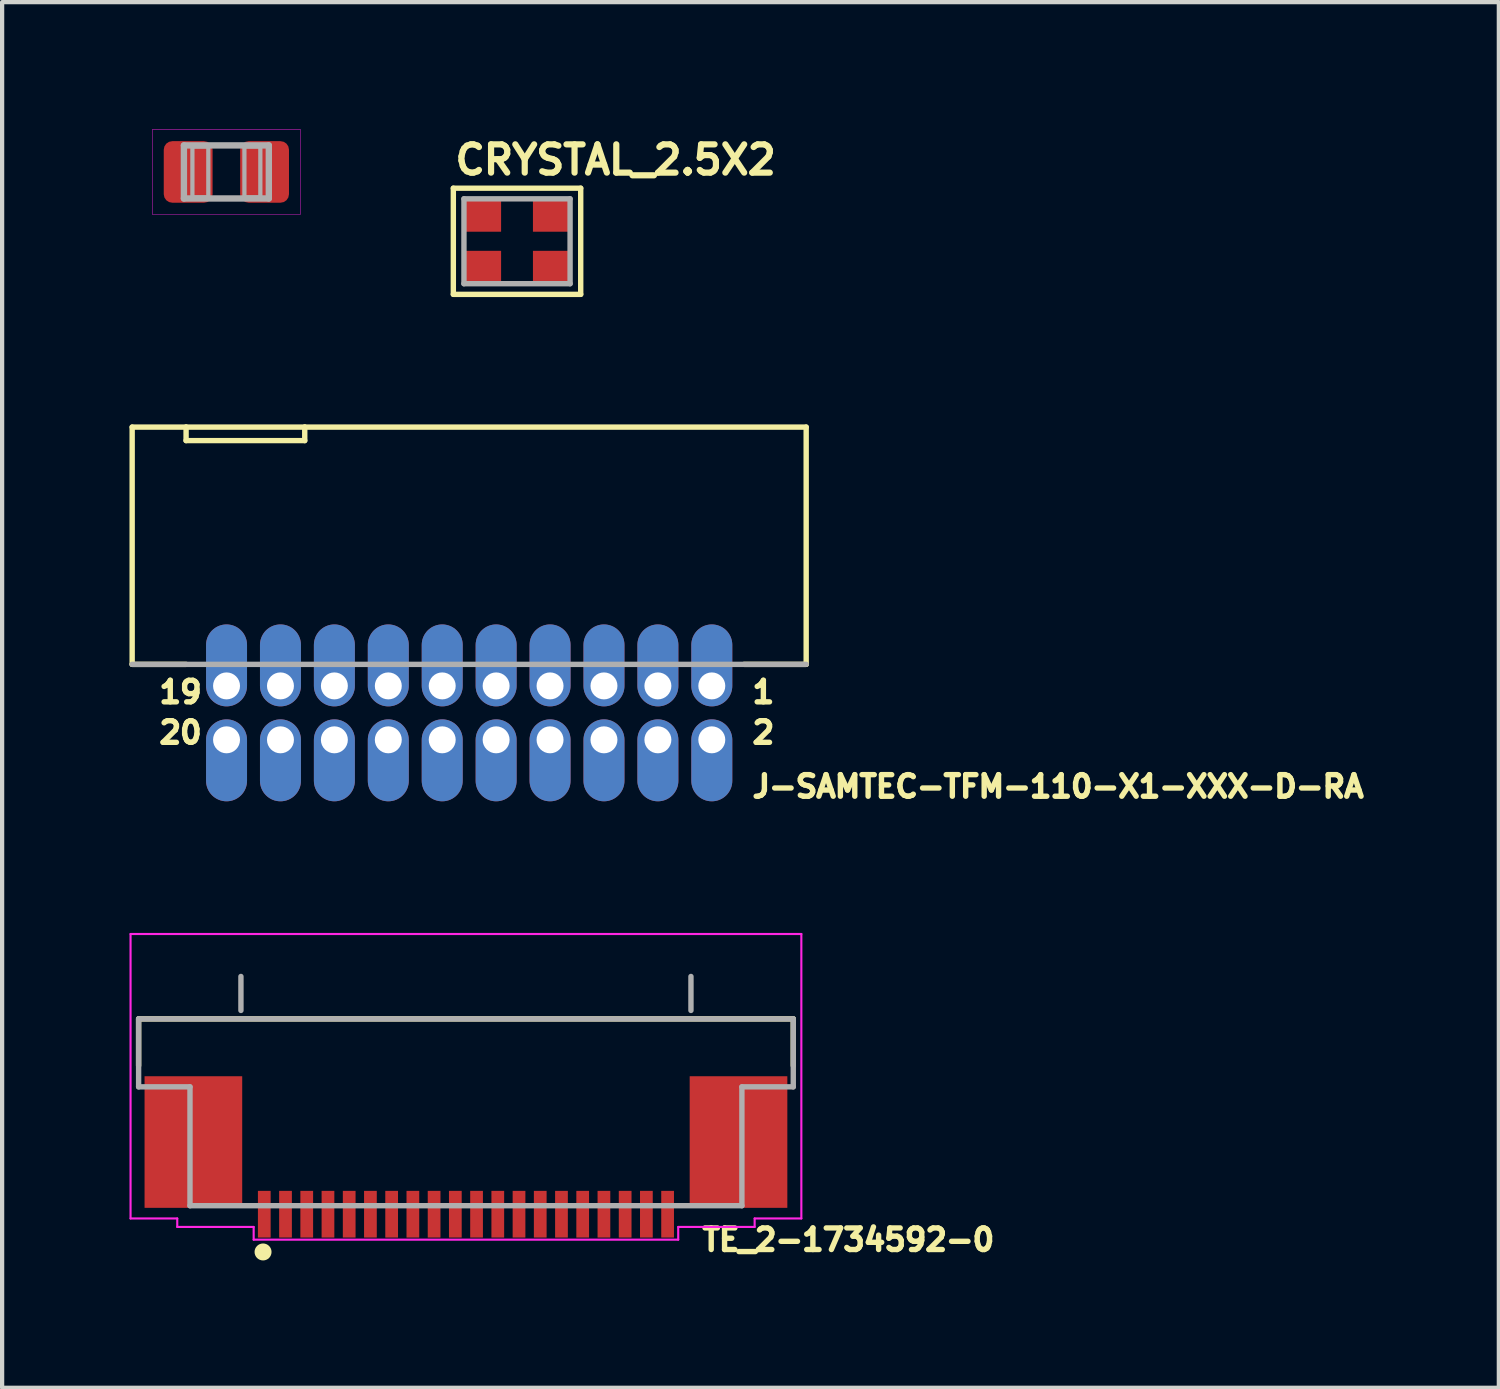
<source format=kicad_pcb>
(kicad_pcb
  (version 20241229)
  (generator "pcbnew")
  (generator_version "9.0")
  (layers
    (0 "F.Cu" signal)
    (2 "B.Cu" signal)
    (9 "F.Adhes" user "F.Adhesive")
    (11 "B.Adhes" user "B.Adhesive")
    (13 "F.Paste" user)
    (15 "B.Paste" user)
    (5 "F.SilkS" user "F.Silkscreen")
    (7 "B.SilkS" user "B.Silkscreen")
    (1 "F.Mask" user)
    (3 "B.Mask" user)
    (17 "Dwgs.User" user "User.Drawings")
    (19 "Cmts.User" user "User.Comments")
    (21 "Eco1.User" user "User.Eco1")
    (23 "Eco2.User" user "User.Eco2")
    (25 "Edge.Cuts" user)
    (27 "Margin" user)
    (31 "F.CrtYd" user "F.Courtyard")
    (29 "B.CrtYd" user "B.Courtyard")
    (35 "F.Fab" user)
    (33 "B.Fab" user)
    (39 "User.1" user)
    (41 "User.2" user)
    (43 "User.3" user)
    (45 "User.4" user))
  (footprint "TE_2-1734592-0"
    (layer "F.Cu")
    (at 7.925 23.85)
    (property "Reference" "TE_2-1734592-0" (at 5.5 2.6 0) (layer "F.SilkS") (effects (font (size 0.508 0.508) (thickness 0.127)) (justify left bottom)))
    (fp_line (start -7.71 -2.9) (end -7.71 -1.8) (stroke (width 0.127) (type solid)) (layer "F.SilkS"))
    (fp_line (start 7.71 -2.9) (end -7.71 -2.9) (stroke (width 0.127) (type solid)) (layer "F.SilkS"))
    (fp_line (start 7.71 -1.8) (end 7.71 -2.9) (stroke (width 0.127) (type solid)) (layer "F.SilkS"))
    (fp_circle (center -4.779 2.589) (end -4.679 2.589) (stroke (width 0.2) (type solid)) (fill no) (layer "F.SilkS"))
    (fp_poly (pts (xy -7.2 1.1) (xy -5.6 1.1) (xy -5.6 -1.1) (xy -7.2 -1.1)) (stroke (width 0) (type solid)) (fill yes) (layer "F.Paste"))
    (fp_poly (pts (xy 5.7 1.1) (xy 7.3 1.1) (xy 7.3 -1.1) (xy 5.7 -1.1)) (stroke (width 0) (type solid)) (fill yes) (layer "F.Paste"))
    (fp_line (start -7.9 -4.9) (end -7.9 1.8) (stroke (width 0.05) (type solid)) (layer "F.CrtYd"))
    (fp_line (start -6.8 1.8) (end -7.9 1.8) (stroke (width 0.05) (type solid)) (layer "F.CrtYd"))
    (fp_line (start -6.8 2) (end -6.8 1.8) (stroke (width 0.05) (type solid)) (layer "F.CrtYd"))
    (fp_line (start -5 2) (end -6.8 2) (stroke (width 0.05) (type solid)) (layer "F.CrtYd"))
    (fp_line (start -5 2.3) (end -5 2) (stroke (width 0.05) (type solid)) (layer "F.CrtYd"))
    (fp_line (start -5 2.3) (end 5 2.3) (stroke (width 0.05) (type solid)) (layer "F.CrtYd"))
    (fp_line (start 5 2) (end 5 2.3) (stroke (width 0.05) (type solid)) (layer "F.CrtYd"))
    (fp_line (start 6.8 1.8) (end 6.8 2) (stroke (width 0.05) (type solid)) (layer "F.CrtYd"))
    (fp_line (start 6.8 2) (end 5 2) (stroke (width 0.05) (type solid)) (layer "F.CrtYd"))
    (fp_line (start 7.9 -4.9) (end -7.9 -4.9) (stroke (width 0.05) (type solid)) (layer "F.CrtYd"))
    (fp_line (start 7.9 1.8) (end 6.8 1.8) (stroke (width 0.05) (type solid)) (layer "F.CrtYd"))
    (fp_line (start 7.9 1.8) (end 7.9 -4.9) (stroke (width 0.05) (type solid)) (layer "F.CrtYd"))
    (fp_line (start -7.71 -1.3) (end -7.71 -2.9) (stroke (width 0.127) (type solid)) (layer "F.Fab"))
    (fp_line (start -6.5 -1.3) (end -7.71 -1.3) (stroke (width 0.127) (type solid)) (layer "F.Fab"))
    (fp_line (start -6.5 1.5) (end -6.5 -1.3) (stroke (width 0.127) (type solid)) (layer "F.Fab"))
    (fp_line (start -5.3 -3.1) (end -5.3 -3.9) (stroke (width 0.127) (type solid)) (layer "F.Fab"))
    (fp_line (start 5.3 -3.1) (end 5.3 -3.9) (stroke (width 0.127) (type solid)) (layer "F.Fab"))
    (fp_line (start 6.5 -1.3) (end 7.71 -1.3) (stroke (width 0.127) (type solid)) (layer "F.Fab"))
    (fp_line (start 6.5 1.5) (end -6.5 1.5) (stroke (width 0.127) (type solid)) (layer "F.Fab"))
    (fp_line (start 6.5 1.5) (end 6.5 -1.3) (stroke (width 0.127) (type solid)) (layer "F.Fab"))
    (fp_line (start 7.71 -2.9) (end -7.71 -2.9) (stroke (width 0.127) (type solid)) (layer "F.Fab"))
    (fp_line (start 7.71 -1.3) (end 7.71 -2.9) (stroke (width 0.127) (type solid)) (layer "F.Fab"))
    (pad "1" smd rect (at -4.75 1.7 90) (size 1.1 0.3) (layers "F.Cu" "F.Mask" "F.Paste"))
    (pad "2" smd rect (at -4.25 1.7 90) (size 1.1 0.3) (layers "F.Cu" "F.Mask" "F.Paste"))
    (pad "3" smd rect (at -3.75 1.7 90) (size 1.1 0.3) (layers "F.Cu" "F.Mask" "F.Paste"))
    (pad "4" smd rect (at -3.25 1.7 90) (size 1.1 0.3) (layers "F.Cu" "F.Mask" "F.Paste"))
    (pad "5" smd rect (at -2.75 1.7 90) (size 1.1 0.3) (layers "F.Cu" "F.Mask" "F.Paste"))
    (pad "6" smd rect (at -2.25 1.7 90) (size 1.1 0.3) (layers "F.Cu" "F.Mask" "F.Paste"))
    (pad "7" smd rect (at -1.75 1.7 90) (size 1.1 0.3) (layers "F.Cu" "F.Mask" "F.Paste"))
    (pad "8" smd rect (at -1.25 1.7 90) (size 1.1 0.3) (layers "F.Cu" "F.Mask" "F.Paste"))
    (pad "9" smd rect (at -0.75 1.7 90) (size 1.1 0.3) (layers "F.Cu" "F.Mask" "F.Paste"))
    (pad "10" smd rect (at -0.25 1.7 90) (size 1.1 0.3) (layers "F.Cu" "F.Mask" "F.Paste"))
    (pad "11" smd rect (at 0.25 1.7 90) (size 1.1 0.3) (layers "F.Cu" "F.Mask" "F.Paste"))
    (pad "12" smd rect (at 0.75 1.7 90) (size 1.1 0.3) (layers "F.Cu" "F.Mask" "F.Paste"))
    (pad "13" smd rect (at 1.25 1.7 90) (size 1.1 0.3) (layers "F.Cu" "F.Mask" "F.Paste"))
    (pad "14" smd rect (at 1.75 1.7 90) (size 1.1 0.3) (layers "F.Cu" "F.Mask" "F.Paste"))
    (pad "15" smd rect (at 2.25 1.7 90) (size 1.1 0.3) (layers "F.Cu" "F.Mask" "F.Paste"))
    (pad "16" smd rect (at 2.75 1.7 90) (size 1.1 0.3) (layers "F.Cu" "F.Mask" "F.Paste"))
    (pad "17" smd rect (at 3.25 1.7 90) (size 1.1 0.3) (layers "F.Cu" "F.Mask" "F.Paste"))
    (pad "18" smd rect (at 3.75 1.7 90) (size 1.1 0.3) (layers "F.Cu" "F.Mask" "F.Paste"))
    (pad "19" smd rect (at 4.25 1.7 90) (size 1.1 0.3) (layers "F.Cu" "F.Mask" "F.Paste"))
    (pad "20" smd rect (at 4.75 1.7 90) (size 1.1 0.3) (layers "F.Cu" "F.Mask" "F.Paste"))
    (pad "PAD1" smd rect (at 6.42 0 180) (size 2.3 3.1) (layers "F.Cu" "F.Mask"))
    (pad "PAD2" smd rect (at -6.42 0 180) (size 2.3 3.1) (layers "F.Cu" "F.Mask")))
  (footprint "CRYSTAL_2.5X2"
    (layer "F.Cu")
    (at 9.128 2.633)
    (property "Reference" "CRYSTAL_2.5X2" (at -1.532 -1.528 0) (layer "F.SilkS") (effects (font (size 0.666 0.666) (thickness 0.146)) (justify left bottom)))
    (fp_line (start -1.5 -1.25) (end 1.5 -1.25) (stroke (width 0.127) (type solid)) (layer "F.SilkS"))
    (fp_line (start -1.5 1.25) (end -1.5 -1.25) (stroke (width 0.127) (type solid)) (layer "F.SilkS"))
    (fp_line (start 1.5 -1.25) (end 1.5 1.25) (stroke (width 0.127) (type solid)) (layer "F.SilkS"))
    (fp_line (start 1.5 1.25) (end -1.5 1.25) (stroke (width 0.127) (type solid)) (layer "F.SilkS"))
    (fp_line (start -1.25 -1) (end 1.25 -1) (stroke (width 0.127) (type solid)) (layer "F.Fab"))
    (fp_line (start -1.25 1) (end -1.25 -1) (stroke (width 0.127) (type solid)) (layer "F.Fab"))
    (fp_line (start 1.25 -1) (end 1.25 1) (stroke (width 0.127) (type solid)) (layer "F.Fab"))
    (fp_line (start 1.25 1) (end -1.25 1) (stroke (width 0.127) (type solid)) (layer "F.Fab"))
    (pad "1" smd rect (at -0.825 0.625) (size 0.9 0.8) (layers "F.Cu" "F.Mask" "F.Paste"))
    (pad "2" smd rect (at 0.825 0.625) (size 0.9 0.8) (layers "F.Cu" "F.Mask" "F.Paste"))
    (pad "3" smd rect (at 0.825 -0.625) (size 0.9 0.8) (layers "F.Cu" "F.Mask" "F.Paste"))
    (pad "4" smd rect (at -0.825 -0.625) (size 0.9 0.8) (layers "F.Cu" "F.Mask" "F.Paste")))
  (footprint "J-SAMTEC-TFM-110-X1-XXX-D-RA"
    (layer "F.Cu")
    (at 8.001 13.741)
    (property "Reference" "J-SAMTEC-TFM-110-X1-XXX-D-RA" (at 6.604 2.032 0) (layer "F.SilkS") (effects (font (size 0.508 0.508) (thickness 0.127)) (justify left bottom)))
    (fp_line (start -7.938 -6.731) (end -6.668 -6.731) (stroke (width 0.127) (type solid)) (layer "F.SilkS"))
    (fp_line (start -7.938 -1.143) (end -7.938 -6.731) (stroke (width 0.127) (type solid)) (layer "F.SilkS"))
    (fp_line (start -7.938 -1.143) (end -6.668 -1.143) (stroke (width 0.127) (type solid)) (layer "F.SilkS"))
    (fp_line (start -6.668 -6.731) (end -6.668 -6.413) (stroke (width 0.127) (type solid)) (layer "F.SilkS"))
    (fp_line (start -6.668 -6.731) (end -3.873 -6.731) (stroke (width 0.127) (type solid)) (layer "F.SilkS"))
    (fp_line (start -6.668 -6.413) (end -3.873 -6.413) (stroke (width 0.127) (type solid)) (layer "F.SilkS"))
    (fp_line (start -3.873 -6.731) (end 7.938 -6.731) (stroke (width 0.127) (type solid)) (layer "F.SilkS"))
    (fp_line (start -3.873 -6.413) (end -3.873 -6.731) (stroke (width 0.127) (type solid)) (layer "F.SilkS"))
    (fp_line (start 6.477 -1.143) (end 7.938 -1.143) (stroke (width 0.127) (type solid)) (layer "F.SilkS"))
    (fp_line (start 7.938 -6.731) (end 7.938 -1.143) (stroke (width 0.127) (type solid)) (layer "F.SilkS"))
    (fp_line (start -7.938 -1.143) (end 7.938 -1.143) (stroke (width 0.127) (type solid)) (layer "F.Fab"))
    (fp_text user "19" (at -7.366 -0.191 0) (layer "F.SilkS") (effects (font (size 0.508 0.508) (thickness 0.127)) (justify left bottom)))
    (fp_text user "20" (at -7.366 0.762 0) (layer "F.SilkS") (effects (font (size 0.508 0.508) (thickness 0.127)) (justify left bottom)))
    (fp_text user "2" (at 6.604 0.762 0) (layer "F.SilkS") (effects (font (size 0.508 0.508) (thickness 0.127)) (justify left bottom)))
    (fp_text user "1" (at 6.604 -0.191 0) (layer "F.SilkS") (effects (font (size 0.508 0.508) (thickness 0.127)) (justify left bottom)))
    (pad "1" thru_hole oval (at 5.715 -0.635 90) (size 1.93 0.965) (drill 0.635 (offset 0.483 0)) (layers "*.Cu" "*.Mask"))
    (pad "2" thru_hole oval (at 5.715 0.635 270) (size 1.93 0.965) (drill 0.635 (offset 0.483 0)) (layers "*.Cu" "*.Mask"))
    (pad "3" thru_hole oval (at 4.445 -0.635 90) (size 1.93 0.965) (drill 0.635 (offset 0.483 0)) (layers "*.Cu" "*.Mask"))
    (pad "4" thru_hole oval (at 4.445 0.635 270) (size 1.93 0.965) (drill 0.635 (offset 0.483 0)) (layers "*.Cu" "*.Mask"))
    (pad "5" thru_hole oval (at 3.175 -0.635 90) (size 1.93 0.965) (drill 0.635 (offset 0.483 0)) (layers "*.Cu" "*.Mask"))
    (pad "6" thru_hole oval (at 3.175 0.635 270) (size 1.93 0.965) (drill 0.635 (offset 0.483 0)) (layers "*.Cu" "*.Mask"))
    (pad "7" thru_hole oval (at 1.905 -0.635 90) (size 1.93 0.965) (drill 0.635 (offset 0.483 0)) (layers "*.Cu" "*.Mask"))
    (pad "8" thru_hole oval (at 1.905 0.635 270) (size 1.93 0.965) (drill 0.635 (offset 0.483 0)) (layers "*.Cu" "*.Mask"))
    (pad "9" thru_hole oval (at 0.635 -0.635 90) (size 1.93 0.965) (drill 0.635 (offset 0.483 0)) (layers "*.Cu" "*.Mask"))
    (pad "10" thru_hole oval (at 0.635 0.635 270) (size 1.93 0.965) (drill 0.635 (offset 0.483 0)) (layers "*.Cu" "*.Mask"))
    (pad "11" thru_hole oval (at -0.635 -0.635 90) (size 1.93 0.965) (drill 0.635 (offset 0.483 0)) (layers "*.Cu" "*.Mask"))
    (pad "12" thru_hole oval (at -0.635 0.635 270) (size 1.93 0.965) (drill 0.635 (offset 0.483 0)) (layers "*.Cu" "*.Mask"))
    (pad "13" thru_hole oval (at -1.905 -0.635 90) (size 1.93 0.965) (drill 0.635 (offset 0.483 0)) (layers "*.Cu" "*.Mask"))
    (pad "14" thru_hole oval (at -1.905 0.635 270) (size 1.93 0.965) (drill 0.635 (offset 0.483 0)) (layers "*.Cu" "*.Mask"))
    (pad "15" thru_hole oval (at -3.175 -0.635 90) (size 1.93 0.965) (drill 0.635 (offset 0.483 0)) (layers "*.Cu" "*.Mask"))
    (pad "16" thru_hole oval (at -3.175 0.635 270) (size 1.93 0.965) (drill 0.635 (offset 0.483 0)) (layers "*.Cu" "*.Mask"))
    (pad "17" thru_hole oval (at -4.445 -0.635 90) (size 1.93 0.965) (drill 0.635 (offset 0.483 0)) (layers "*.Cu" "*.Mask"))
    (pad "18" thru_hole oval (at -4.445 0.635 270) (size 1.93 0.965) (drill 0.635 (offset 0.483 0)) (layers "*.Cu" "*.Mask"))
    (pad "19" thru_hole oval (at -5.715 -0.635 90) (size 1.93 0.965) (drill 0.635 (offset 0.483 0)) (layers "*.Cu" "*.Mask"))
    (pad "20" thru_hole oval (at -5.715 0.635 270) (size 1.93 0.965) (drill 0.635 (offset 0.483 0)) (layers "*.Cu" "*.Mask")))
  (footprint ".0805-B-NOSILK"
    (layer "F.Cu")
    (at 2.282 1)
    (property "Reference" ".0805-B-NOSILK" (at 0 0 0) (layer "F.Mask") (effects (font (size 0.34 0.34) (thickness 0.06))))
    (fp_line (start -1 -0.625) (end 1 -0.625) (stroke (width 0.15) (type solid)) (layer "F.Mask"))
    (fp_line (start -1 0.625) (end -1 -0.625) (stroke (width 0.15) (type solid)) (layer "F.Mask"))
    (fp_line (start 1 -0.625) (end 1 0.625) (stroke (width 0.15) (type solid)) (layer "F.Mask"))
    (fp_line (start 1 0.625) (end -1 0.625) (stroke (width 0.15) (type solid)) (layer "F.Mask"))
    (fp_poly (pts (xy -0.26 0.79) (xy -1.54 0.79) (xy -1.54 -0.79) (xy -0.26 -0.79)) (stroke (width 0) (type solid)) (fill yes) (layer "F.Mask"))
    (fp_poly (pts (xy 1.54 0.79) (xy 0.26 0.79) (xy 0.26 -0.79) (xy 1.54 -0.79)) (stroke (width 0) (type solid)) (fill yes) (layer "F.Mask"))
    (fp_line (start -1.745 -0.995) (end -1.745 0.995) (stroke (width 0.01) (type solid)) (layer "F.CrtYd"))
    (fp_line (start -1.745 0.995) (end 1.745 0.995) (stroke (width 0.01) (type solid)) (layer "F.CrtYd"))
    (fp_line (start 1.745 -0.995) (end -1.745 -0.995) (stroke (width 0.01) (type solid)) (layer "F.CrtYd"))
    (fp_line (start 1.745 0.995) (end 1.745 -0.995) (stroke (width 0.01) (type solid)) (layer "F.CrtYd"))
    (fp_line (start -1 -0.625) (end 1 -0.625) (stroke (width 0.15) (type solid)) (layer "F.Fab"))
    (fp_line (start -1 0.625) (end -1 -0.625) (stroke (width 0.15) (type solid)) (layer "F.Fab"))
    (fp_line (start 1 -0.625) (end 1 0.625) (stroke (width 0.15) (type solid)) (layer "F.Fab"))
    (fp_line (start 1 0.625) (end -1 0.625) (stroke (width 0.15) (type solid)) (layer "F.Fab"))
    (fp_poly (pts (xy -0.8 0.6) (xy -0.425 0.6) (xy -0.425 -0.6) (xy -0.8 -0.6)) (stroke (width 0.1) (type solid)) (fill no) (layer "F.Fab"))
    (fp_poly (pts (xy 0.425 0.6) (xy 0.8 0.6) (xy 0.8 -0.6) (xy 0.425 -0.6)) (stroke (width 0.1) (type solid)) (fill no) (layer "F.Fab"))
    (pad "1" smd roundrect (at -0.9 0) (size 1.15 1.45) (layers "F.Cu" "F.Paste") (roundrect_rratio 0.175))
    (pad "2" smd roundrect (at 0.9 0) (size 1.15 1.45) (layers "F.Cu" "F.Paste") (roundrect_rratio 0.175)))
  (gr_rect
    (start -3 -3)
    (end 32.254 29.639)
    (stroke (width 0.1) (type default))
    (fill no)
    (layer "Edge.Cuts")))
</source>
